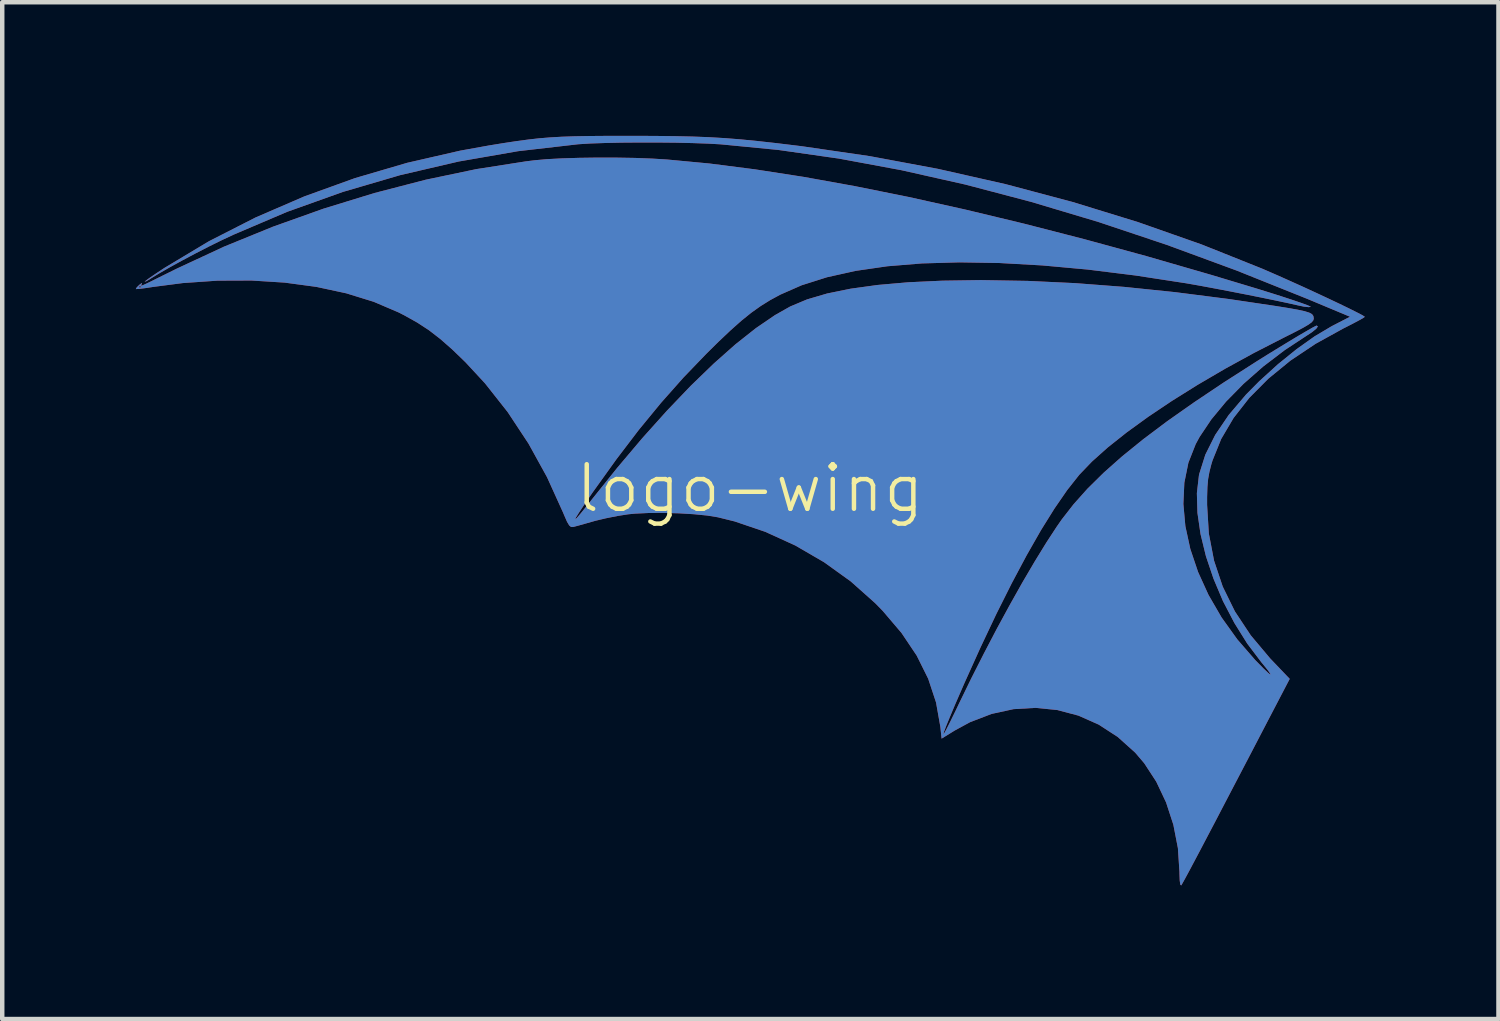
<source format=kicad_pcb>
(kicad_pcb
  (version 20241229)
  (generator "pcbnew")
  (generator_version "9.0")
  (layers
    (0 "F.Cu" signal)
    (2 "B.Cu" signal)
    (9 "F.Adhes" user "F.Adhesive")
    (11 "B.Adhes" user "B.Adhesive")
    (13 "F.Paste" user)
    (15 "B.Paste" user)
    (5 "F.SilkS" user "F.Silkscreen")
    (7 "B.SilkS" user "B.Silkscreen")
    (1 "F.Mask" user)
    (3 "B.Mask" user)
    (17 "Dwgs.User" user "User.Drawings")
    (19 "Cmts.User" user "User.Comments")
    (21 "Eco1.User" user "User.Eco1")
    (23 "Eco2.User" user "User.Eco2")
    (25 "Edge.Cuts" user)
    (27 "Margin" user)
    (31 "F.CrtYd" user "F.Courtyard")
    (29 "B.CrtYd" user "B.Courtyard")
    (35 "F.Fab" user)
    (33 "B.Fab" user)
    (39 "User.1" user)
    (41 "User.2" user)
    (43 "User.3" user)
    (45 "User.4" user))
  (footprint "logo-wing"
    (layer "F.Cu")
    (at 13.791 8.416)
    (property "Reference" "logo-wing" (at 0 -0.5 0) (unlocked yes) (layer "F.SilkS") (effects (font (size 1 1) (thickness 0.1))))
    (attr board_only exclude_from_pos_files exclude_from_bom)
    (fp_poly (pts (xy -2.655 -8.416) (xy -2.138 -8.414) (xy -1.689 -8.409) (xy -1.29 -8.4) (xy -0.923 -8.386) (xy -0.57 -8.365) (xy -0.214 -8.337) (xy 0.162 -8.3) (xy 0.577 -8.254) (xy 1.048 -8.197) (xy 1.168 -8.182) (xy 2.69 -7.96) (xy 4.218 -7.675) (xy 5.74 -7.331) (xy 7.243 -6.931) (xy 8.712 -6.479) (xy 10.135 -5.979) (xy 11.497 -5.435) (xy 11.617 -5.383) (xy 11.874 -5.271) (xy 12.151 -5.147) (xy 12.437 -5.018) (xy 12.721 -4.887) (xy 12.993 -4.76) (xy 13.242 -4.642) (xy 13.458 -4.537) (xy 13.63 -4.451) (xy 13.749 -4.389) (xy 13.802 -4.355) (xy 13.804 -4.352) (xy 13.769 -4.326) (xy 13.671 -4.271) (xy 13.526 -4.194) (xy 13.348 -4.103) (xy 13.327 -4.093) (xy 12.7 -3.747) (xy 12.136 -3.37) (xy 11.639 -2.964) (xy 11.211 -2.533) (xy 10.857 -2.08) (xy 10.58 -1.61) (xy 10.384 -1.125) (xy 10.357 -1.036) (xy 10.315 -0.87) (xy 10.286 -0.71) (xy 10.27 -0.531) (xy 10.263 -0.308) (xy 10.263 -0.127) (xy 10.302 0.513) (xy 10.419 1.122) (xy 10.614 1.705) (xy 10.888 2.263) (xy 11.244 2.8) (xy 11.681 3.32) (xy 11.735 3.376) (xy 12.118 3.777) (xy 11.903 4.189) (xy 11.54 4.885) (xy 11.215 5.509) (xy 10.925 6.064) (xy 10.67 6.552) (xy 10.449 6.976) (xy 10.258 7.339) (xy 10.098 7.644) (xy 9.966 7.893) (xy 9.861 8.091) (xy 9.781 8.239) (xy 9.725 8.341) (xy 9.692 8.399) (xy 9.681 8.415) (xy 9.661 8.398) (xy 9.648 8.305) (xy 9.642 8.146) (xy 9.642 8.113) (xy 9.607 7.578) (xy 9.505 7.053) (xy 9.341 6.551) (xy 9.121 6.086) (xy 8.85 5.671) (xy 8.647 5.433) (xy 8.256 5.082) (xy 7.83 4.805) (xy 7.375 4.603) (xy 6.9 4.477) (xy 6.412 4.428) (xy 5.917 4.457) (xy 5.424 4.564) (xy 4.94 4.75) (xy 4.598 4.936) (xy 4.301 5.119) (xy 4.273 4.853) (xy 4.176 4.306) (xy 4 3.774) (xy 3.742 3.255) (xy 3.402 2.748) (xy 2.979 2.251) (xy 2.808 2.076) (xy 2.262 1.59) (xy 1.66 1.157) (xy 1.016 0.783) (xy 0.343 0.476) (xy -0.346 0.242) (xy -0.722 0.149) (xy -0.962 0.11) (xy -1.263 0.08) (xy -1.599 0.06) (xy -1.947 0.051) (xy -2.283 0.053) (xy -2.582 0.067) (xy -2.736 0.082) (xy -2.973 0.119) (xy -3.234 0.171) (xy -3.47 0.227) (xy -3.516 0.24) (xy -3.692 0.29) (xy -3.844 0.333) (xy -3.949 0.361) (xy -3.972 0.367) (xy -4.018 0.367) (xy -4.06 0.332) (xy -4.109 0.25) (xy -4.172 0.106) (xy -4.202 0.035) (xy -4.559 -0.752) (xy -4.974 -1.504) (xy -5.44 -2.21) (xy -5.95 -2.857) (xy -6.389 -3.331) (xy -6.688 -3.62) (xy -6.956 -3.855) (xy -7.211 -4.052) (xy -7.473 -4.223) (xy -7.761 -4.384) (xy -7.894 -4.452) (xy -8.449 -4.689) (xy -9.067 -4.88) (xy -9.736 -5.024) (xy -10.448 -5.12) (xy -11.192 -5.167) (xy -11.958 -5.164) (xy -12.735 -5.11) (xy -13.398 -5.024) (xy -13.567 -4.998) (xy -13.7 -4.981) (xy -13.779 -4.975) (xy -13.791 -4.976) (xy -13.773 -5.01) (xy -13.759 -5.025) (xy -13.719 -5.025) (xy -13.698 -5.004) (xy -13.677 -5.025) (xy -13.698 -5.046) (xy -13.719 -5.025) (xy -13.759 -5.025) (xy -13.712 -5.071) (xy -13.659 -5.111) (xy -13.652 -5.098) (xy -13.654 -5.094) (xy -13.668 -5.071) (xy -13.675 -5.056) (xy -13.665 -5.053) (xy -13.63 -5.064) (xy -13.561 -5.095) (xy -13.448 -5.149) (xy -13.284 -5.231) (xy -13.057 -5.343) (xy -12.869 -5.436) (xy -11.814 -5.927) (xy -10.713 -6.376) (xy -9.58 -6.78) (xy -8.431 -7.133) (xy -7.281 -7.431) (xy -6.146 -7.669) (xy -5.04 -7.842) (xy -4.842 -7.867) (xy -4.568 -7.892) (xy -4.227 -7.91) (xy -3.84 -7.922) (xy -3.424 -7.928) (xy -2.998 -7.927) (xy -2.582 -7.92) (xy -2.193 -7.905) (xy -1.867 -7.885) (xy -0.913 -7.795) (xy 0.11 -7.664) (xy 1.201 -7.495) (xy 2.353 -7.287) (xy 3.564 -7.043) (xy 4.829 -6.762) (xy 6.145 -6.446) (xy 7.506 -6.096) (xy 8.909 -5.713) (xy 10.35 -5.296) (xy 11.35 -4.995) (xy 11.66 -4.899) (xy 11.941 -4.81) (xy 12.184 -4.73) (xy 12.378 -4.664) (xy 12.515 -4.614) (xy 12.585 -4.583) (xy 12.592 -4.577) (xy 12.544 -4.569) (xy 12.437 -4.581) (xy 12.307 -4.608) (xy 12.089 -4.657) (xy 11.806 -4.717) (xy 11.477 -4.785) (xy 11.122 -4.856) (xy 10.758 -4.927) (xy 10.406 -4.994) (xy 10.083 -5.054) (xy 9.81 -5.102) (xy 9.779 -5.107) (xy 8.654 -5.28) (xy 7.582 -5.413) (xy 6.563 -5.506) (xy 5.602 -5.56) (xy 4.7 -5.575) (xy 3.859 -5.551) (xy 3.082 -5.487) (xy 2.372 -5.384) (xy 1.729 -5.241) (xy 1.158 -5.06) (xy 0.68 -4.85) (xy 0.453 -4.727) (xy 0.241 -4.595) (xy 0.03 -4.445) (xy -0.191 -4.267) (xy -0.434 -4.051) (xy -0.711 -3.789) (xy -0.98 -3.523) (xy -1.496 -2.987) (xy -1.997 -2.422) (xy -2.495 -1.816) (xy -2.998 -1.156) (xy -3.519 -0.43) (xy -3.566 -0.362) (xy -3.73 -0.122) (xy -3.844 0.05) (xy -3.909 0.155) (xy -3.924 0.193) (xy -3.889 0.163) (xy -3.805 0.065) (xy -3.67 -0.101) (xy -3.567 -0.233) (xy -2.985 -0.959) (xy -2.417 -1.631) (xy -1.863 -2.248) (xy -1.329 -2.806) (xy -0.816 -3.302) (xy -0.329 -3.734) (xy 0.131 -4.098) (xy 0.56 -4.391) (xy 0.903 -4.585) (xy 1.279 -4.743) (xy 1.731 -4.876) (xy 2.26 -4.984) (xy 2.867 -5.068) (xy 3.552 -5.128) (xy 4.318 -5.164) (xy 5.164 -5.177) (xy 5.203 -5.177) (xy 6.236 -5.159) (xy 7.297 -5.109) (xy 8.395 -5.025) (xy 9.54 -4.907) (xy 10.744 -4.753) (xy 11.787 -4.598) (xy 12.08 -4.551) (xy 12.299 -4.512) (xy 12.455 -4.478) (xy 12.559 -4.445) (xy 12.62 -4.411) (xy 12.649 -4.37) (xy 12.657 -4.321) (xy 12.658 -4.315) (xy 12.648 -4.275) (xy 12.613 -4.231) (xy 12.541 -4.178) (xy 12.424 -4.109) (xy 12.251 -4.018) (xy 12.011 -3.897) (xy 11.989 -3.886) (xy 11.316 -3.541) (xy 10.668 -3.186) (xy 10.051 -2.825) (xy 9.472 -2.463) (xy 8.938 -2.105) (xy 8.457 -1.756) (xy 8.034 -1.42) (xy 7.678 -1.102) (xy 7.395 -0.807) (xy 7.392 -0.804) (xy 7.124 -0.465) (xy 6.837 -0.049) (xy 6.531 0.442) (xy 6.211 1.003) (xy 5.877 1.63) (xy 5.531 2.32) (xy 5.177 3.068) (xy 4.815 3.87) (xy 4.608 4.346) (xy 4.489 4.629) (xy 4.405 4.834) (xy 4.356 4.963) (xy 4.343 5.015) (xy 4.364 4.991) (xy 4.419 4.889) (xy 4.508 4.712) (xy 4.632 4.458) (xy 4.695 4.325) (xy 4.965 3.77) (xy 5.249 3.21) (xy 5.539 2.655) (xy 5.831 2.118) (xy 6.117 1.609) (xy 6.393 1.139) (xy 6.651 0.719) (xy 6.885 0.361) (xy 6.999 0.197) (xy 7.266 -0.146) (xy 7.578 -0.495) (xy 7.94 -0.852) (xy 8.356 -1.221) (xy 8.83 -1.605) (xy 9.365 -2.007) (xy 9.968 -2.431) (xy 10.64 -2.881) (xy 11.383 -3.357) (xy 11.633 -3.513) (xy 11.881 -3.665) (xy 12.116 -3.808) (xy 12.327 -3.935) (xy 12.504 -4.038) (xy 12.635 -4.113) (xy 12.71 -4.152) (xy 12.723 -4.156) (xy 12.75 -4.136) (xy 12.713 -4.084) (xy 12.621 -4.009) (xy 12.519 -3.942) (xy 12.006 -3.604) (xy 11.524 -3.237) (xy 11.082 -2.848) (xy 10.69 -2.449) (xy 10.358 -2.048) (xy 10.094 -1.654) (xy 10.006 -1.491) (xy 9.843 -1.076) (xy 9.752 -0.627) (xy 9.73 -0.15) (xy 9.775 0.348) (xy 9.886 0.859) (xy 10.06 1.376) (xy 10.295 1.892) (xy 10.589 2.399) (xy 10.941 2.89) (xy 11.347 3.358) (xy 11.376 3.387) (xy 11.531 3.545) (xy 11.635 3.643) (xy 11.684 3.68) (xy 11.678 3.656) (xy 11.616 3.57) (xy 11.497 3.424) (xy 11.488 3.414) (xy 11.164 2.986) (xy 10.874 2.521) (xy 10.619 2.032) (xy 10.406 1.528) (xy 10.236 1.023) (xy 10.115 0.527) (xy 10.046 0.051) (xy 10.033 -0.392) (xy 10.079 -0.791) (xy 10.085 -0.821) (xy 10.223 -1.258) (xy 10.444 -1.7) (xy 10.748 -2.149) (xy 11.136 -2.606) (xy 11.434 -2.907) (xy 11.853 -3.288) (xy 12.272 -3.627) (xy 12.676 -3.914) (xy 13.053 -4.138) (xy 13.087 -4.156) (xy 13.471 -4.354) (xy 12.502 -4.759) (xy 10.92 -5.393) (xy 9.359 -5.967) (xy 7.823 -6.481) (xy 6.314 -6.932) (xy 4.837 -7.321) (xy 3.395 -7.645) (xy 1.994 -7.905) (xy 0.635 -8.099) (xy -0.658 -8.225) (xy -0.942 -8.241) (xy -1.285 -8.253) (xy -1.668 -8.262) (xy -2.075 -8.266) (xy -2.487 -8.266) (xy -2.887 -8.263) (xy -3.257 -8.255) (xy -3.58 -8.244) (xy -3.838 -8.228) (xy -3.865 -8.226) (xy -5.208 -8.071) (xy -6.541 -7.839) (xy -7.856 -7.533) (xy -9.143 -7.156) (xy -10.394 -6.709) (xy -11.6 -6.195) (xy -11.865 -6.071) (xy -12.149 -5.931) (xy -12.45 -5.776) (xy -12.75 -5.617) (xy -13.03 -5.463) (xy -13.272 -5.324) (xy -13.458 -5.21) (xy -13.475 -5.198) (xy -13.554 -5.152) (xy -13.591 -5.141) (xy -13.592 -5.143) (xy -13.558 -5.172) (xy -13.467 -5.238) (xy -13.33 -5.331) (xy -13.162 -5.442) (xy -13.135 -5.459) (xy -12.147 -6.051) (xy -11.101 -6.584) (xy -10.006 -7.057) (xy -8.87 -7.467) (xy -7.7 -7.81) (xy -6.505 -8.084) (xy -5.862 -8.2) (xy -5.53 -8.254) (xy -5.24 -8.298) (xy -4.979 -8.333) (xy -4.732 -8.361) (xy -4.486 -8.381) (xy -4.227 -8.396) (xy -3.941 -8.406) (xy -3.615 -8.412) (xy -3.236 -8.415) (xy -2.788 -8.416)) (stroke (width 0) (type solid)) (fill yes) (layer "F.Cu"))
    (fp_poly (pts (xy -2.655 -8.416) (xy -2.138 -8.414) (xy -1.689 -8.409) (xy -1.29 -8.4) (xy -0.923 -8.386) (xy -0.57 -8.365) (xy -0.214 -8.337) (xy 0.162 -8.3) (xy 0.577 -8.254) (xy 1.048 -8.197) (xy 1.168 -8.182) (xy 2.69 -7.96) (xy 4.218 -7.675) (xy 5.74 -7.331) (xy 7.243 -6.931) (xy 8.712 -6.479) (xy 10.135 -5.979) (xy 11.497 -5.435) (xy 11.617 -5.383) (xy 11.874 -5.271) (xy 12.151 -5.147) (xy 12.437 -5.018) (xy 12.721 -4.887) (xy 12.993 -4.76) (xy 13.242 -4.642) (xy 13.458 -4.537) (xy 13.63 -4.451) (xy 13.749 -4.389) (xy 13.802 -4.355) (xy 13.804 -4.352) (xy 13.769 -4.326) (xy 13.671 -4.271) (xy 13.526 -4.194) (xy 13.348 -4.103) (xy 13.327 -4.093) (xy 12.7 -3.747) (xy 12.136 -3.37) (xy 11.639 -2.964) (xy 11.211 -2.533) (xy 10.857 -2.08) (xy 10.58 -1.61) (xy 10.384 -1.125) (xy 10.357 -1.036) (xy 10.315 -0.87) (xy 10.286 -0.71) (xy 10.27 -0.531) (xy 10.263 -0.308) (xy 10.263 -0.127) (xy 10.302 0.513) (xy 10.419 1.122) (xy 10.614 1.705) (xy 10.888 2.263) (xy 11.244 2.8) (xy 11.681 3.32) (xy 11.735 3.376) (xy 12.118 3.777) (xy 11.903 4.189) (xy 11.54 4.885) (xy 11.215 5.509) (xy 10.925 6.064) (xy 10.67 6.552) (xy 10.449 6.976) (xy 10.258 7.339) (xy 10.098 7.644) (xy 9.966 7.893) (xy 9.861 8.091) (xy 9.781 8.239) (xy 9.725 8.341) (xy 9.692 8.399) (xy 9.681 8.415) (xy 9.661 8.398) (xy 9.648 8.305) (xy 9.642 8.146) (xy 9.642 8.113) (xy 9.607 7.578) (xy 9.505 7.053) (xy 9.341 6.551) (xy 9.121 6.086) (xy 8.85 5.671) (xy 8.647 5.433) (xy 8.256 5.082) (xy 7.83 4.805) (xy 7.375 4.603) (xy 6.9 4.477) (xy 6.412 4.428) (xy 5.917 4.457) (xy 5.424 4.564) (xy 4.94 4.75) (xy 4.598 4.936) (xy 4.301 5.119) (xy 4.273 4.853) (xy 4.176 4.306) (xy 4 3.774) (xy 3.742 3.255) (xy 3.402 2.748) (xy 2.979 2.251) (xy 2.808 2.076) (xy 2.262 1.59) (xy 1.66 1.157) (xy 1.016 0.783) (xy 0.343 0.476) (xy -0.346 0.242) (xy -0.722 0.149) (xy -0.962 0.11) (xy -1.263 0.08) (xy -1.599 0.06) (xy -1.947 0.051) (xy -2.283 0.053) (xy -2.582 0.067) (xy -2.736 0.082) (xy -2.973 0.119) (xy -3.234 0.171) (xy -3.47 0.227) (xy -3.516 0.24) (xy -3.692 0.29) (xy -3.844 0.333) (xy -3.949 0.361) (xy -3.972 0.367) (xy -4.018 0.367) (xy -4.06 0.332) (xy -4.109 0.25) (xy -4.172 0.106) (xy -4.202 0.035) (xy -4.559 -0.752) (xy -4.974 -1.504) (xy -5.44 -2.21) (xy -5.95 -2.857) (xy -6.389 -3.331) (xy -6.688 -3.62) (xy -6.956 -3.855) (xy -7.211 -4.052) (xy -7.473 -4.223) (xy -7.761 -4.384) (xy -7.894 -4.452) (xy -8.449 -4.689) (xy -9.067 -4.88) (xy -9.736 -5.024) (xy -10.448 -5.12) (xy -11.192 -5.167) (xy -11.958 -5.164) (xy -12.735 -5.11) (xy -13.398 -5.024) (xy -13.567 -4.998) (xy -13.7 -4.981) (xy -13.779 -4.975) (xy -13.791 -4.976) (xy -13.773 -5.01) (xy -13.759 -5.025) (xy -13.719 -5.025) (xy -13.698 -5.004) (xy -13.677 -5.025) (xy -13.698 -5.046) (xy -13.719 -5.025) (xy -13.759 -5.025) (xy -13.712 -5.071) (xy -13.659 -5.111) (xy -13.652 -5.098) (xy -13.654 -5.094) (xy -13.668 -5.071) (xy -13.675 -5.056) (xy -13.665 -5.053) (xy -13.63 -5.064) (xy -13.561 -5.095) (xy -13.448 -5.149) (xy -13.284 -5.231) (xy -13.057 -5.343) (xy -12.869 -5.436) (xy -11.814 -5.927) (xy -10.713 -6.376) (xy -9.58 -6.78) (xy -8.431 -7.133) (xy -7.281 -7.431) (xy -6.146 -7.669) (xy -5.04 -7.842) (xy -4.842 -7.867) (xy -4.568 -7.892) (xy -4.227 -7.91) (xy -3.84 -7.922) (xy -3.424 -7.928) (xy -2.998 -7.927) (xy -2.582 -7.92) (xy -2.193 -7.905) (xy -1.867 -7.885) (xy -0.913 -7.795) (xy 0.11 -7.664) (xy 1.201 -7.495) (xy 2.353 -7.287) (xy 3.564 -7.043) (xy 4.829 -6.762) (xy 6.145 -6.446) (xy 7.506 -6.096) (xy 8.909 -5.713) (xy 10.35 -5.296) (xy 11.35 -4.995) (xy 11.66 -4.899) (xy 11.941 -4.81) (xy 12.184 -4.73) (xy 12.378 -4.664) (xy 12.515 -4.614) (xy 12.585 -4.583) (xy 12.592 -4.577) (xy 12.544 -4.569) (xy 12.437 -4.581) (xy 12.307 -4.608) (xy 12.089 -4.657) (xy 11.806 -4.717) (xy 11.477 -4.785) (xy 11.122 -4.856) (xy 10.758 -4.927) (xy 10.406 -4.994) (xy 10.083 -5.054) (xy 9.81 -5.102) (xy 9.779 -5.107) (xy 8.654 -5.28) (xy 7.582 -5.413) (xy 6.563 -5.506) (xy 5.602 -5.56) (xy 4.7 -5.575) (xy 3.859 -5.551) (xy 3.082 -5.487) (xy 2.372 -5.384) (xy 1.729 -5.241) (xy 1.158 -5.06) (xy 0.68 -4.85) (xy 0.453 -4.727) (xy 0.241 -4.595) (xy 0.03 -4.445) (xy -0.191 -4.267) (xy -0.434 -4.051) (xy -0.711 -3.789) (xy -0.98 -3.523) (xy -1.496 -2.987) (xy -1.997 -2.422) (xy -2.495 -1.816) (xy -2.998 -1.156) (xy -3.519 -0.43) (xy -3.566 -0.362) (xy -3.73 -0.122) (xy -3.844 0.05) (xy -3.909 0.155) (xy -3.924 0.193) (xy -3.889 0.163) (xy -3.805 0.065) (xy -3.67 -0.101) (xy -3.567 -0.233) (xy -2.985 -0.959) (xy -2.417 -1.631) (xy -1.863 -2.248) (xy -1.329 -2.806) (xy -0.816 -3.302) (xy -0.329 -3.734) (xy 0.131 -4.098) (xy 0.56 -4.391) (xy 0.903 -4.585) (xy 1.279 -4.743) (xy 1.731 -4.876) (xy 2.26 -4.984) (xy 2.867 -5.068) (xy 3.552 -5.128) (xy 4.318 -5.164) (xy 5.164 -5.177) (xy 5.203 -5.177) (xy 6.236 -5.159) (xy 7.297 -5.109) (xy 8.395 -5.025) (xy 9.54 -4.907) (xy 10.744 -4.753) (xy 11.787 -4.598) (xy 12.08 -4.551) (xy 12.299 -4.512) (xy 12.455 -4.478) (xy 12.559 -4.445) (xy 12.62 -4.411) (xy 12.649 -4.37) (xy 12.657 -4.321) (xy 12.658 -4.315) (xy 12.648 -4.275) (xy 12.613 -4.231) (xy 12.541 -4.178) (xy 12.424 -4.109) (xy 12.251 -4.018) (xy 12.011 -3.897) (xy 11.989 -3.886) (xy 11.316 -3.541) (xy 10.668 -3.186) (xy 10.051 -2.825) (xy 9.472 -2.463) (xy 8.938 -2.105) (xy 8.457 -1.756) (xy 8.034 -1.42) (xy 7.678 -1.102) (xy 7.395 -0.807) (xy 7.392 -0.804) (xy 7.124 -0.465) (xy 6.837 -0.049) (xy 6.531 0.442) (xy 6.211 1.003) (xy 5.877 1.63) (xy 5.531 2.32) (xy 5.177 3.068) (xy 4.815 3.87) (xy 4.608 4.346) (xy 4.489 4.629) (xy 4.405 4.834) (xy 4.356 4.963) (xy 4.343 5.015) (xy 4.364 4.991) (xy 4.419 4.889) (xy 4.508 4.712) (xy 4.632 4.458) (xy 4.695 4.325) (xy 4.965 3.77) (xy 5.249 3.21) (xy 5.539 2.655) (xy 5.831 2.118) (xy 6.117 1.609) (xy 6.393 1.139) (xy 6.651 0.719) (xy 6.885 0.361) (xy 6.999 0.197) (xy 7.266 -0.146) (xy 7.578 -0.495) (xy 7.94 -0.852) (xy 8.356 -1.221) (xy 8.83 -1.605) (xy 9.365 -2.007) (xy 9.968 -2.431) (xy 10.64 -2.881) (xy 11.383 -3.357) (xy 11.633 -3.513) (xy 11.881 -3.665) (xy 12.116 -3.808) (xy 12.327 -3.935) (xy 12.504 -4.038) (xy 12.635 -4.113) (xy 12.71 -4.152) (xy 12.723 -4.156) (xy 12.75 -4.136) (xy 12.713 -4.084) (xy 12.621 -4.009) (xy 12.519 -3.942) (xy 12.006 -3.604) (xy 11.524 -3.237) (xy 11.082 -2.848) (xy 10.69 -2.449) (xy 10.358 -2.048) (xy 10.094 -1.654) (xy 10.006 -1.491) (xy 9.843 -1.076) (xy 9.752 -0.627) (xy 9.73 -0.15) (xy 9.775 0.348) (xy 9.886 0.859) (xy 10.06 1.376) (xy 10.295 1.892) (xy 10.589 2.399) (xy 10.941 2.89) (xy 11.347 3.358) (xy 11.376 3.387) (xy 11.531 3.545) (xy 11.635 3.643) (xy 11.684 3.68) (xy 11.678 3.656) (xy 11.616 3.57) (xy 11.497 3.424) (xy 11.488 3.414) (xy 11.164 2.986) (xy 10.874 2.521) (xy 10.619 2.032) (xy 10.406 1.528) (xy 10.236 1.023) (xy 10.115 0.527) (xy 10.046 0.051) (xy 10.033 -0.392) (xy 10.079 -0.791) (xy 10.085 -0.821) (xy 10.223 -1.258) (xy 10.444 -1.7) (xy 10.748 -2.149) (xy 11.136 -2.606) (xy 11.434 -2.907) (xy 11.853 -3.288) (xy 12.272 -3.627) (xy 12.676 -3.914) (xy 13.053 -4.138) (xy 13.087 -4.156) (xy 13.471 -4.354) (xy 12.502 -4.759) (xy 10.92 -5.393) (xy 9.359 -5.967) (xy 7.823 -6.481) (xy 6.314 -6.932) (xy 4.837 -7.321) (xy 3.395 -7.645) (xy 1.994 -7.905) (xy 0.635 -8.099) (xy -0.658 -8.225) (xy -0.942 -8.241) (xy -1.285 -8.253) (xy -1.668 -8.262) (xy -2.075 -8.266) (xy -2.487 -8.266) (xy -2.887 -8.263) (xy -3.257 -8.255) (xy -3.58 -8.244) (xy -3.838 -8.228) (xy -3.865 -8.226) (xy -5.208 -8.071) (xy -6.541 -7.839) (xy -7.856 -7.533) (xy -9.143 -7.156) (xy -10.394 -6.709) (xy -11.6 -6.195) (xy -11.865 -6.071) (xy -12.149 -5.931) (xy -12.45 -5.776) (xy -12.75 -5.617) (xy -13.03 -5.463) (xy -13.272 -5.324) (xy -13.458 -5.21) (xy -13.475 -5.198) (xy -13.554 -5.152) (xy -13.591 -5.141) (xy -13.592 -5.143) (xy -13.558 -5.172) (xy -13.467 -5.238) (xy -13.33 -5.331) (xy -13.162 -5.442) (xy -13.135 -5.459) (xy -12.147 -6.051) (xy -11.101 -6.584) (xy -10.006 -7.057) (xy -8.87 -7.467) (xy -7.7 -7.81) (xy -6.505 -8.084) (xy -5.862 -8.2) (xy -5.53 -8.254) (xy -5.24 -8.298) (xy -4.979 -8.333) (xy -4.732 -8.361) (xy -4.486 -8.381) (xy -4.227 -8.396) (xy -3.941 -8.406) (xy -3.615 -8.412) (xy -3.236 -8.415) (xy -2.788 -8.416)) (stroke (width 0) (type solid)) (fill yes) (layer "F.Mask"))
    (fp_poly (pts (xy -2.655 -8.416) (xy -2.138 -8.414) (xy -1.689 -8.409) (xy -1.29 -8.4) (xy -0.923 -8.386) (xy -0.57 -8.365) (xy -0.214 -8.337) (xy 0.162 -8.3) (xy 0.577 -8.254) (xy 1.048 -8.197) (xy 1.168 -8.182) (xy 2.69 -7.96) (xy 4.218 -7.675) (xy 5.74 -7.331) (xy 7.243 -6.931) (xy 8.712 -6.479) (xy 10.135 -5.979) (xy 11.497 -5.435) (xy 11.617 -5.383) (xy 11.874 -5.271) (xy 12.151 -5.147) (xy 12.437 -5.018) (xy 12.721 -4.887) (xy 12.993 -4.76) (xy 13.242 -4.642) (xy 13.458 -4.537) (xy 13.63 -4.451) (xy 13.749 -4.389) (xy 13.802 -4.355) (xy 13.804 -4.352) (xy 13.769 -4.326) (xy 13.671 -4.271) (xy 13.526 -4.194) (xy 13.348 -4.103) (xy 13.327 -4.093) (xy 12.7 -3.747) (xy 12.136 -3.37) (xy 11.639 -2.964) (xy 11.211 -2.533) (xy 10.857 -2.08) (xy 10.58 -1.61) (xy 10.384 -1.125) (xy 10.357 -1.036) (xy 10.315 -0.87) (xy 10.286 -0.71) (xy 10.27 -0.531) (xy 10.263 -0.308) (xy 10.263 -0.127) (xy 10.302 0.513) (xy 10.419 1.122) (xy 10.614 1.705) (xy 10.888 2.263) (xy 11.244 2.8) (xy 11.681 3.32) (xy 11.735 3.376) (xy 12.118 3.777) (xy 11.903 4.189) (xy 11.54 4.885) (xy 11.215 5.509) (xy 10.925 6.064) (xy 10.67 6.552) (xy 10.449 6.976) (xy 10.258 7.339) (xy 10.098 7.644) (xy 9.966 7.893) (xy 9.861 8.091) (xy 9.781 8.239) (xy 9.725 8.341) (xy 9.692 8.399) (xy 9.681 8.415) (xy 9.661 8.398) (xy 9.648 8.305) (xy 9.642 8.146) (xy 9.642 8.113) (xy 9.607 7.578) (xy 9.505 7.053) (xy 9.341 6.551) (xy 9.121 6.086) (xy 8.85 5.671) (xy 8.647 5.433) (xy 8.256 5.082) (xy 7.83 4.805) (xy 7.375 4.603) (xy 6.9 4.477) (xy 6.412 4.428) (xy 5.917 4.457) (xy 5.424 4.564) (xy 4.94 4.75) (xy 4.598 4.936) (xy 4.301 5.119) (xy 4.273 4.853) (xy 4.176 4.306) (xy 4 3.774) (xy 3.742 3.255) (xy 3.402 2.748) (xy 2.979 2.251) (xy 2.808 2.076) (xy 2.262 1.59) (xy 1.66 1.157) (xy 1.016 0.783) (xy 0.343 0.476) (xy -0.346 0.242) (xy -0.722 0.149) (xy -0.962 0.11) (xy -1.263 0.08) (xy -1.599 0.06) (xy -1.947 0.051) (xy -2.283 0.053) (xy -2.582 0.067) (xy -2.736 0.082) (xy -2.973 0.119) (xy -3.234 0.171) (xy -3.47 0.227) (xy -3.516 0.24) (xy -3.692 0.29) (xy -3.844 0.333) (xy -3.949 0.361) (xy -3.972 0.367) (xy -4.018 0.367) (xy -4.06 0.332) (xy -4.109 0.25) (xy -4.172 0.106) (xy -4.202 0.035) (xy -4.559 -0.752) (xy -4.974 -1.504) (xy -5.44 -2.21) (xy -5.95 -2.857) (xy -6.389 -3.331) (xy -6.688 -3.62) (xy -6.956 -3.855) (xy -7.211 -4.052) (xy -7.473 -4.223) (xy -7.761 -4.384) (xy -7.894 -4.452) (xy -8.449 -4.689) (xy -9.067 -4.88) (xy -9.736 -5.024) (xy -10.448 -5.12) (xy -11.192 -5.167) (xy -11.958 -5.164) (xy -12.735 -5.11) (xy -13.398 -5.024) (xy -13.567 -4.998) (xy -13.7 -4.981) (xy -13.779 -4.975) (xy -13.791 -4.976) (xy -13.773 -5.01) (xy -13.759 -5.025) (xy -13.719 -5.025) (xy -13.698 -5.004) (xy -13.677 -5.025) (xy -13.698 -5.046) (xy -13.719 -5.025) (xy -13.759 -5.025) (xy -13.712 -5.071) (xy -13.659 -5.111) (xy -13.652 -5.098) (xy -13.654 -5.094) (xy -13.668 -5.071) (xy -13.675 -5.056) (xy -13.665 -5.053) (xy -13.63 -5.064) (xy -13.561 -5.095) (xy -13.448 -5.149) (xy -13.284 -5.231) (xy -13.057 -5.343) (xy -12.869 -5.436) (xy -11.814 -5.927) (xy -10.713 -6.376) (xy -9.58 -6.78) (xy -8.431 -7.133) (xy -7.281 -7.431) (xy -6.146 -7.669) (xy -5.04 -7.842) (xy -4.842 -7.867) (xy -4.568 -7.892) (xy -4.227 -7.91) (xy -3.84 -7.922) (xy -3.424 -7.928) (xy -2.998 -7.927) (xy -2.582 -7.92) (xy -2.193 -7.905) (xy -1.867 -7.885) (xy -0.913 -7.795) (xy 0.11 -7.664) (xy 1.201 -7.495) (xy 2.353 -7.287) (xy 3.564 -7.043) (xy 4.829 -6.762) (xy 6.145 -6.446) (xy 7.506 -6.096) (xy 8.909 -5.713) (xy 10.35 -5.296) (xy 11.35 -4.995) (xy 11.66 -4.899) (xy 11.941 -4.81) (xy 12.184 -4.73) (xy 12.378 -4.664) (xy 12.515 -4.614) (xy 12.585 -4.583) (xy 12.592 -4.577) (xy 12.544 -4.569) (xy 12.437 -4.581) (xy 12.307 -4.608) (xy 12.089 -4.657) (xy 11.806 -4.717) (xy 11.477 -4.785) (xy 11.122 -4.856) (xy 10.758 -4.927) (xy 10.406 -4.994) (xy 10.083 -5.054) (xy 9.81 -5.102) (xy 9.779 -5.107) (xy 8.654 -5.28) (xy 7.582 -5.413) (xy 6.563 -5.506) (xy 5.602 -5.56) (xy 4.7 -5.575) (xy 3.859 -5.551) (xy 3.082 -5.487) (xy 2.372 -5.384) (xy 1.729 -5.241) (xy 1.158 -5.06) (xy 0.68 -4.85) (xy 0.453 -4.727) (xy 0.241 -4.595) (xy 0.03 -4.445) (xy -0.191 -4.267) (xy -0.434 -4.051) (xy -0.711 -3.789) (xy -0.98 -3.523) (xy -1.496 -2.987) (xy -1.997 -2.422) (xy -2.495 -1.816) (xy -2.998 -1.156) (xy -3.519 -0.43) (xy -3.566 -0.362) (xy -3.73 -0.122) (xy -3.844 0.05) (xy -3.909 0.155) (xy -3.924 0.193) (xy -3.889 0.163) (xy -3.805 0.065) (xy -3.67 -0.101) (xy -3.567 -0.233) (xy -2.985 -0.959) (xy -2.417 -1.631) (xy -1.863 -2.248) (xy -1.329 -2.806) (xy -0.816 -3.302) (xy -0.329 -3.734) (xy 0.131 -4.098) (xy 0.56 -4.391) (xy 0.903 -4.585) (xy 1.279 -4.743) (xy 1.731 -4.876) (xy 2.26 -4.984) (xy 2.867 -5.068) (xy 3.552 -5.128) (xy 4.318 -5.164) (xy 5.164 -5.177) (xy 5.203 -5.177) (xy 6.236 -5.159) (xy 7.297 -5.109) (xy 8.395 -5.025) (xy 9.54 -4.907) (xy 10.744 -4.753) (xy 11.787 -4.598) (xy 12.08 -4.551) (xy 12.299 -4.512) (xy 12.455 -4.478) (xy 12.559 -4.445) (xy 12.62 -4.411) (xy 12.649 -4.37) (xy 12.657 -4.321) (xy 12.658 -4.315) (xy 12.648 -4.275) (xy 12.613 -4.231) (xy 12.541 -4.178) (xy 12.424 -4.109) (xy 12.251 -4.018) (xy 12.011 -3.897) (xy 11.989 -3.886) (xy 11.316 -3.541) (xy 10.668 -3.186) (xy 10.051 -2.825) (xy 9.472 -2.463) (xy 8.938 -2.105) (xy 8.457 -1.756) (xy 8.034 -1.42) (xy 7.678 -1.102) (xy 7.395 -0.807) (xy 7.392 -0.804) (xy 7.124 -0.465) (xy 6.837 -0.049) (xy 6.531 0.442) (xy 6.211 1.003) (xy 5.877 1.63) (xy 5.531 2.32) (xy 5.177 3.068) (xy 4.815 3.87) (xy 4.608 4.346) (xy 4.489 4.629) (xy 4.405 4.834) (xy 4.356 4.963) (xy 4.343 5.015) (xy 4.364 4.991) (xy 4.419 4.889) (xy 4.508 4.712) (xy 4.632 4.458) (xy 4.695 4.325) (xy 4.965 3.77) (xy 5.249 3.21) (xy 5.539 2.655) (xy 5.831 2.118) (xy 6.117 1.609) (xy 6.393 1.139) (xy 6.651 0.719) (xy 6.885 0.361) (xy 6.999 0.197) (xy 7.266 -0.146) (xy 7.578 -0.495) (xy 7.94 -0.852) (xy 8.356 -1.221) (xy 8.83 -1.605) (xy 9.365 -2.007) (xy 9.968 -2.431) (xy 10.64 -2.881) (xy 11.383 -3.357) (xy 11.633 -3.513) (xy 11.881 -3.665) (xy 12.116 -3.808) (xy 12.327 -3.935) (xy 12.504 -4.038) (xy 12.635 -4.113) (xy 12.71 -4.152) (xy 12.723 -4.156) (xy 12.75 -4.136) (xy 12.713 -4.084) (xy 12.621 -4.009) (xy 12.519 -3.942) (xy 12.006 -3.604) (xy 11.524 -3.237) (xy 11.082 -2.848) (xy 10.69 -2.449) (xy 10.358 -2.048) (xy 10.094 -1.654) (xy 10.006 -1.491) (xy 9.843 -1.076) (xy 9.752 -0.627) (xy 9.73 -0.15) (xy 9.775 0.348) (xy 9.886 0.859) (xy 10.06 1.376) (xy 10.295 1.892) (xy 10.589 2.399) (xy 10.941 2.89) (xy 11.347 3.358) (xy 11.376 3.387) (xy 11.531 3.545) (xy 11.635 3.643) (xy 11.684 3.68) (xy 11.678 3.656) (xy 11.616 3.57) (xy 11.497 3.424) (xy 11.488 3.414) (xy 11.164 2.986) (xy 10.874 2.521) (xy 10.619 2.032) (xy 10.406 1.528) (xy 10.236 1.023) (xy 10.115 0.527) (xy 10.046 0.051) (xy 10.033 -0.392) (xy 10.079 -0.791) (xy 10.085 -0.821) (xy 10.223 -1.258) (xy 10.444 -1.7) (xy 10.748 -2.149) (xy 11.136 -2.606) (xy 11.434 -2.907) (xy 11.853 -3.288) (xy 12.272 -3.627) (xy 12.676 -3.914) (xy 13.053 -4.138) (xy 13.087 -4.156) (xy 13.471 -4.354) (xy 12.502 -4.759) (xy 10.92 -5.393) (xy 9.359 -5.967) (xy 7.823 -6.481) (xy 6.314 -6.932) (xy 4.837 -7.321) (xy 3.395 -7.645) (xy 1.994 -7.905) (xy 0.635 -8.099) (xy -0.658 -8.225) (xy -0.942 -8.241) (xy -1.285 -8.253) (xy -1.668 -8.262) (xy -2.075 -8.266) (xy -2.487 -8.266) (xy -2.887 -8.263) (xy -3.257 -8.255) (xy -3.58 -8.244) (xy -3.838 -8.228) (xy -3.865 -8.226) (xy -5.208 -8.071) (xy -6.541 -7.839) (xy -7.856 -7.533) (xy -9.143 -7.156) (xy -10.394 -6.709) (xy -11.6 -6.195) (xy -11.865 -6.071) (xy -12.149 -5.931) (xy -12.45 -5.776) (xy -12.75 -5.617) (xy -13.03 -5.463) (xy -13.272 -5.324) (xy -13.458 -5.21) (xy -13.475 -5.198) (xy -13.554 -5.152) (xy -13.591 -5.141) (xy -13.592 -5.143) (xy -13.558 -5.172) (xy -13.467 -5.238) (xy -13.33 -5.331) (xy -13.162 -5.442) (xy -13.135 -5.459) (xy -12.147 -6.051) (xy -11.101 -6.584) (xy -10.006 -7.057) (xy -8.87 -7.467) (xy -7.7 -7.81) (xy -6.505 -8.084) (xy -5.862 -8.2) (xy -5.53 -8.254) (xy -5.24 -8.298) (xy -4.979 -8.333) (xy -4.732 -8.361) (xy -4.486 -8.381) (xy -4.227 -8.396) (xy -3.941 -8.406) (xy -3.615 -8.412) (xy -3.236 -8.415) (xy -2.788 -8.416)) (stroke (width 0) (type solid)) (fill yes) (layer "B.Cu"))
    (fp_poly (pts (xy -2.655 -8.416) (xy -2.138 -8.414) (xy -1.689 -8.409) (xy -1.29 -8.4) (xy -0.923 -8.386) (xy -0.57 -8.365) (xy -0.214 -8.337) (xy 0.162 -8.3) (xy 0.577 -8.254) (xy 1.048 -8.197) (xy 1.168 -8.182) (xy 2.69 -7.96) (xy 4.218 -7.675) (xy 5.74 -7.331) (xy 7.243 -6.931) (xy 8.712 -6.479) (xy 10.135 -5.979) (xy 11.497 -5.435) (xy 11.617 -5.383) (xy 11.874 -5.271) (xy 12.151 -5.147) (xy 12.437 -5.018) (xy 12.721 -4.887) (xy 12.993 -4.76) (xy 13.242 -4.642) (xy 13.458 -4.537) (xy 13.63 -4.451) (xy 13.749 -4.389) (xy 13.802 -4.355) (xy 13.804 -4.352) (xy 13.769 -4.326) (xy 13.671 -4.271) (xy 13.526 -4.194) (xy 13.348 -4.103) (xy 13.327 -4.093) (xy 12.7 -3.747) (xy 12.136 -3.37) (xy 11.639 -2.964) (xy 11.211 -2.533) (xy 10.857 -2.08) (xy 10.58 -1.61) (xy 10.384 -1.125) (xy 10.357 -1.036) (xy 10.315 -0.87) (xy 10.286 -0.71) (xy 10.27 -0.531) (xy 10.263 -0.308) (xy 10.263 -0.127) (xy 10.302 0.513) (xy 10.419 1.122) (xy 10.614 1.705) (xy 10.888 2.263) (xy 11.244 2.8) (xy 11.681 3.32) (xy 11.735 3.376) (xy 12.118 3.777) (xy 11.903 4.189) (xy 11.54 4.885) (xy 11.215 5.509) (xy 10.925 6.064) (xy 10.67 6.552) (xy 10.449 6.976) (xy 10.258 7.339) (xy 10.098 7.644) (xy 9.966 7.893) (xy 9.861 8.091) (xy 9.781 8.239) (xy 9.725 8.341) (xy 9.692 8.399) (xy 9.681 8.415) (xy 9.661 8.398) (xy 9.648 8.305) (xy 9.642 8.146) (xy 9.642 8.113) (xy 9.607 7.578) (xy 9.505 7.053) (xy 9.341 6.551) (xy 9.121 6.086) (xy 8.85 5.671) (xy 8.647 5.433) (xy 8.256 5.082) (xy 7.83 4.805) (xy 7.375 4.603) (xy 6.9 4.477) (xy 6.412 4.428) (xy 5.917 4.457) (xy 5.424 4.564) (xy 4.94 4.75) (xy 4.598 4.936) (xy 4.301 5.119) (xy 4.273 4.853) (xy 4.176 4.306) (xy 4 3.774) (xy 3.742 3.255) (xy 3.402 2.748) (xy 2.979 2.251) (xy 2.808 2.076) (xy 2.262 1.59) (xy 1.66 1.157) (xy 1.016 0.783) (xy 0.343 0.476) (xy -0.346 0.242) (xy -0.722 0.149) (xy -0.962 0.11) (xy -1.263 0.08) (xy -1.599 0.06) (xy -1.947 0.051) (xy -2.283 0.053) (xy -2.582 0.067) (xy -2.736 0.082) (xy -2.973 0.119) (xy -3.234 0.171) (xy -3.47 0.227) (xy -3.516 0.24) (xy -3.692 0.29) (xy -3.844 0.333) (xy -3.949 0.361) (xy -3.972 0.367) (xy -4.018 0.367) (xy -4.06 0.332) (xy -4.109 0.25) (xy -4.172 0.106) (xy -4.202 0.035) (xy -4.559 -0.752) (xy -4.974 -1.504) (xy -5.44 -2.21) (xy -5.95 -2.857) (xy -6.389 -3.331) (xy -6.688 -3.62) (xy -6.956 -3.855) (xy -7.211 -4.052) (xy -7.473 -4.223) (xy -7.761 -4.384) (xy -7.894 -4.452) (xy -8.449 -4.689) (xy -9.067 -4.88) (xy -9.736 -5.024) (xy -10.448 -5.12) (xy -11.192 -5.167) (xy -11.958 -5.164) (xy -12.735 -5.11) (xy -13.398 -5.024) (xy -13.567 -4.998) (xy -13.7 -4.981) (xy -13.779 -4.975) (xy -13.791 -4.976) (xy -13.773 -5.01) (xy -13.759 -5.025) (xy -13.719 -5.025) (xy -13.698 -5.004) (xy -13.677 -5.025) (xy -13.698 -5.046) (xy -13.719 -5.025) (xy -13.759 -5.025) (xy -13.712 -5.071) (xy -13.659 -5.111) (xy -13.652 -5.098) (xy -13.654 -5.094) (xy -13.668 -5.071) (xy -13.675 -5.056) (xy -13.665 -5.053) (xy -13.63 -5.064) (xy -13.561 -5.095) (xy -13.448 -5.149) (xy -13.284 -5.231) (xy -13.057 -5.343) (xy -12.869 -5.436) (xy -11.814 -5.927) (xy -10.713 -6.376) (xy -9.58 -6.78) (xy -8.431 -7.133) (xy -7.281 -7.431) (xy -6.146 -7.669) (xy -5.04 -7.842) (xy -4.842 -7.867) (xy -4.568 -7.892) (xy -4.227 -7.91) (xy -3.84 -7.922) (xy -3.424 -7.928) (xy -2.998 -7.927) (xy -2.582 -7.92) (xy -2.193 -7.905) (xy -1.867 -7.885) (xy -0.913 -7.795) (xy 0.11 -7.664) (xy 1.201 -7.495) (xy 2.353 -7.287) (xy 3.564 -7.043) (xy 4.829 -6.762) (xy 6.145 -6.446) (xy 7.506 -6.096) (xy 8.909 -5.713) (xy 10.35 -5.296) (xy 11.35 -4.995) (xy 11.66 -4.899) (xy 11.941 -4.81) (xy 12.184 -4.73) (xy 12.378 -4.664) (xy 12.515 -4.614) (xy 12.585 -4.583) (xy 12.592 -4.577) (xy 12.544 -4.569) (xy 12.437 -4.581) (xy 12.307 -4.608) (xy 12.089 -4.657) (xy 11.806 -4.717) (xy 11.477 -4.785) (xy 11.122 -4.856) (xy 10.758 -4.927) (xy 10.406 -4.994) (xy 10.083 -5.054) (xy 9.81 -5.102) (xy 9.779 -5.107) (xy 8.654 -5.28) (xy 7.582 -5.413) (xy 6.563 -5.506) (xy 5.602 -5.56) (xy 4.7 -5.575) (xy 3.859 -5.551) (xy 3.082 -5.487) (xy 2.372 -5.384) (xy 1.729 -5.241) (xy 1.158 -5.06) (xy 0.68 -4.85) (xy 0.453 -4.727) (xy 0.241 -4.595) (xy 0.03 -4.445) (xy -0.191 -4.267) (xy -0.434 -4.051) (xy -0.711 -3.789) (xy -0.98 -3.523) (xy -1.496 -2.987) (xy -1.997 -2.422) (xy -2.495 -1.816) (xy -2.998 -1.156) (xy -3.519 -0.43) (xy -3.566 -0.362) (xy -3.73 -0.122) (xy -3.844 0.05) (xy -3.909 0.155) (xy -3.924 0.193) (xy -3.889 0.163) (xy -3.805 0.065) (xy -3.67 -0.101) (xy -3.567 -0.233) (xy -2.985 -0.959) (xy -2.417 -1.631) (xy -1.863 -2.248) (xy -1.329 -2.806) (xy -0.816 -3.302) (xy -0.329 -3.734) (xy 0.131 -4.098) (xy 0.56 -4.391) (xy 0.903 -4.585) (xy 1.279 -4.743) (xy 1.731 -4.876) (xy 2.26 -4.984) (xy 2.867 -5.068) (xy 3.552 -5.128) (xy 4.318 -5.164) (xy 5.164 -5.177) (xy 5.203 -5.177) (xy 6.236 -5.159) (xy 7.297 -5.109) (xy 8.395 -5.025) (xy 9.54 -4.907) (xy 10.744 -4.753) (xy 11.787 -4.598) (xy 12.08 -4.551) (xy 12.299 -4.512) (xy 12.455 -4.478) (xy 12.559 -4.445) (xy 12.62 -4.411) (xy 12.649 -4.37) (xy 12.657 -4.321) (xy 12.658 -4.315) (xy 12.648 -4.275) (xy 12.613 -4.231) (xy 12.541 -4.178) (xy 12.424 -4.109) (xy 12.251 -4.018) (xy 12.011 -3.897) (xy 11.989 -3.886) (xy 11.316 -3.541) (xy 10.668 -3.186) (xy 10.051 -2.825) (xy 9.472 -2.463) (xy 8.938 -2.105) (xy 8.457 -1.756) (xy 8.034 -1.42) (xy 7.678 -1.102) (xy 7.395 -0.807) (xy 7.392 -0.804) (xy 7.124 -0.465) (xy 6.837 -0.049) (xy 6.531 0.442) (xy 6.211 1.003) (xy 5.877 1.63) (xy 5.531 2.32) (xy 5.177 3.068) (xy 4.815 3.87) (xy 4.608 4.346) (xy 4.489 4.629) (xy 4.405 4.834) (xy 4.356 4.963) (xy 4.343 5.015) (xy 4.364 4.991) (xy 4.419 4.889) (xy 4.508 4.712) (xy 4.632 4.458) (xy 4.695 4.325) (xy 4.965 3.77) (xy 5.249 3.21) (xy 5.539 2.655) (xy 5.831 2.118) (xy 6.117 1.609) (xy 6.393 1.139) (xy 6.651 0.719) (xy 6.885 0.361) (xy 6.999 0.197) (xy 7.266 -0.146) (xy 7.578 -0.495) (xy 7.94 -0.852) (xy 8.356 -1.221) (xy 8.83 -1.605) (xy 9.365 -2.007) (xy 9.968 -2.431) (xy 10.64 -2.881) (xy 11.383 -3.357) (xy 11.633 -3.513) (xy 11.881 -3.665) (xy 12.116 -3.808) (xy 12.327 -3.935) (xy 12.504 -4.038) (xy 12.635 -4.113) (xy 12.71 -4.152) (xy 12.723 -4.156) (xy 12.75 -4.136) (xy 12.713 -4.084) (xy 12.621 -4.009) (xy 12.519 -3.942) (xy 12.006 -3.604) (xy 11.524 -3.237) (xy 11.082 -2.848) (xy 10.69 -2.449) (xy 10.358 -2.048) (xy 10.094 -1.654) (xy 10.006 -1.491) (xy 9.843 -1.076) (xy 9.752 -0.627) (xy 9.73 -0.15) (xy 9.775 0.348) (xy 9.886 0.859) (xy 10.06 1.376) (xy 10.295 1.892) (xy 10.589 2.399) (xy 10.941 2.89) (xy 11.347 3.358) (xy 11.376 3.387) (xy 11.531 3.545) (xy 11.635 3.643) (xy 11.684 3.68) (xy 11.678 3.656) (xy 11.616 3.57) (xy 11.497 3.424) (xy 11.488 3.414) (xy 11.164 2.986) (xy 10.874 2.521) (xy 10.619 2.032) (xy 10.406 1.528) (xy 10.236 1.023) (xy 10.115 0.527) (xy 10.046 0.051) (xy 10.033 -0.392) (xy 10.079 -0.791) (xy 10.085 -0.821) (xy 10.223 -1.258) (xy 10.444 -1.7) (xy 10.748 -2.149) (xy 11.136 -2.606) (xy 11.434 -2.907) (xy 11.853 -3.288) (xy 12.272 -3.627) (xy 12.676 -3.914) (xy 13.053 -4.138) (xy 13.087 -4.156) (xy 13.471 -4.354) (xy 12.502 -4.759) (xy 10.92 -5.393) (xy 9.359 -5.967) (xy 7.823 -6.481) (xy 6.314 -6.932) (xy 4.837 -7.321) (xy 3.395 -7.645) (xy 1.994 -7.905) (xy 0.635 -8.099) (xy -0.658 -8.225) (xy -0.942 -8.241) (xy -1.285 -8.253) (xy -1.668 -8.262) (xy -2.075 -8.266) (xy -2.487 -8.266) (xy -2.887 -8.263) (xy -3.257 -8.255) (xy -3.58 -8.244) (xy -3.838 -8.228) (xy -3.865 -8.226) (xy -5.208 -8.071) (xy -6.541 -7.839) (xy -7.856 -7.533) (xy -9.143 -7.156) (xy -10.394 -6.709) (xy -11.6 -6.195) (xy -11.865 -6.071) (xy -12.149 -5.931) (xy -12.45 -5.776) (xy -12.75 -5.617) (xy -13.03 -5.463) (xy -13.272 -5.324) (xy -13.458 -5.21) (xy -13.475 -5.198) (xy -13.554 -5.152) (xy -13.591 -5.141) (xy -13.592 -5.143) (xy -13.558 -5.172) (xy -13.467 -5.238) (xy -13.33 -5.331) (xy -13.162 -5.442) (xy -13.135 -5.459) (xy -12.147 -6.051) (xy -11.101 -6.584) (xy -10.006 -7.057) (xy -8.87 -7.467) (xy -7.7 -7.81) (xy -6.505 -8.084) (xy -5.862 -8.2) (xy -5.53 -8.254) (xy -5.24 -8.298) (xy -4.979 -8.333) (xy -4.732 -8.361) (xy -4.486 -8.381) (xy -4.227 -8.396) (xy -3.941 -8.406) (xy -3.615 -8.412) (xy -3.236 -8.415) (xy -2.788 -8.416)) (stroke (width 0) (type solid)) (fill yes) (layer "B.Mask")))
  (gr_rect
    (start -3 -3)
    (end 30.596 19.831)
    (stroke (width 0.1) (type default))
    (fill no)
    (layer "Edge.Cuts")))
</source>
